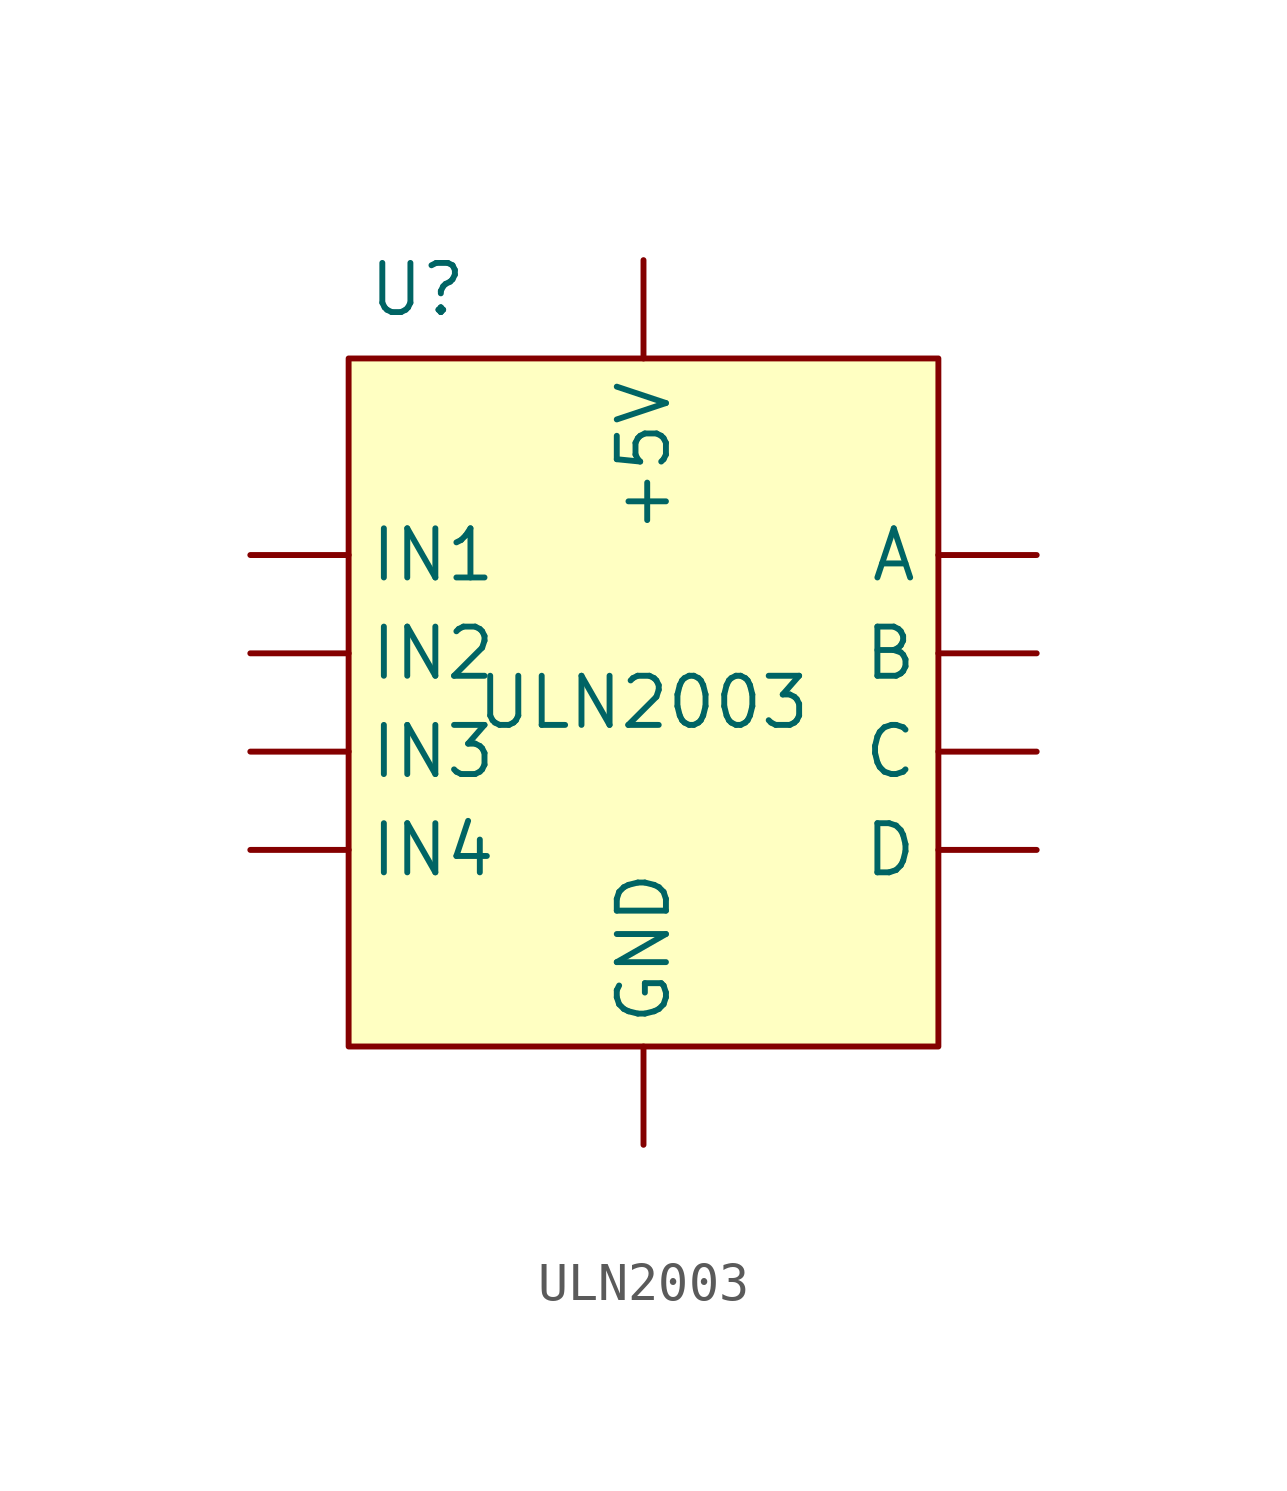
<source format=kicad_sym>
(kicad_symbol_lib
  (version 20231120)
  (generator "kicad_symbol_editor")
  (generator_version "8.0")
  (symbol "ULN2003"
    (property "Reference" "U"
      (at -5.842 10.668 0)
      (effects (font (size 1.27 1.27))))
    (property "Value" "ULN2003"
      (at 0 0 0)
      (effects (font (size 1.27 1.27))))
    (symbol "ULN2003_0_0"
      (pin power_in line (at 0 11.43 270) (length 2.54) (name "+5V" (effects (font (size 1.27 1.27)))) (number "" (effects (font (size 1.27 1.27)))))
      (pin output line (at 10.16 3.81 180) (length 2.54) (name "A" (effects (font (size 1.27 1.27)))) (number "" (effects (font (size 1.27 1.27)))))
      (pin output line (at 10.16 1.27 180) (length 2.54) (name "B" (effects (font (size 1.27 1.27)))) (number "" (effects (font (size 1.27 1.27)))))
      (pin output line (at 10.16 -1.27 180) (length 2.54) (name "C" (effects (font (size 1.27 1.27)))) (number "" (effects (font (size 1.27 1.27)))))
      (pin output line (at 10.16 -3.81 180) (length 2.54) (name "D" (effects (font (size 1.27 1.27)))) (number "" (effects (font (size 1.27 1.27)))))
      (pin passive line (at 0 -11.43 90) (length 2.54) (name "GND" (effects (font (size 1.27 1.27)))) (number "" (effects (font (size 1.27 1.27)))))
      (pin input line (at -10.16 3.81 0) (length 2.54) (name "IN1" (effects (font (size 1.27 1.27)))) (number "" (effects (font (size 1.27 1.27)))))
      (pin input line (at -10.16 1.27 0) (length 2.54) (name "IN2" (effects (font (size 1.27 1.27)))) (number "" (effects (font (size 1.27 1.27)))))
      (pin input line (at -10.16 -1.27 0) (length 2.54) (name "IN3" (effects (font (size 1.27 1.27)))) (number "" (effects (font (size 1.27 1.27)))))
      (pin input line (at -10.16 -3.81 0) (length 2.54) (name "IN4" (effects (font (size 1.27 1.27)))) (number "" (effects (font (size 1.27 1.27))))))
    (symbol "ULN2003_1_1"
      (rectangle (start -7.62 8.89) (end 7.62 -8.89) (stroke (width 0.152) (type default)) (fill (type background))))))
</source>
